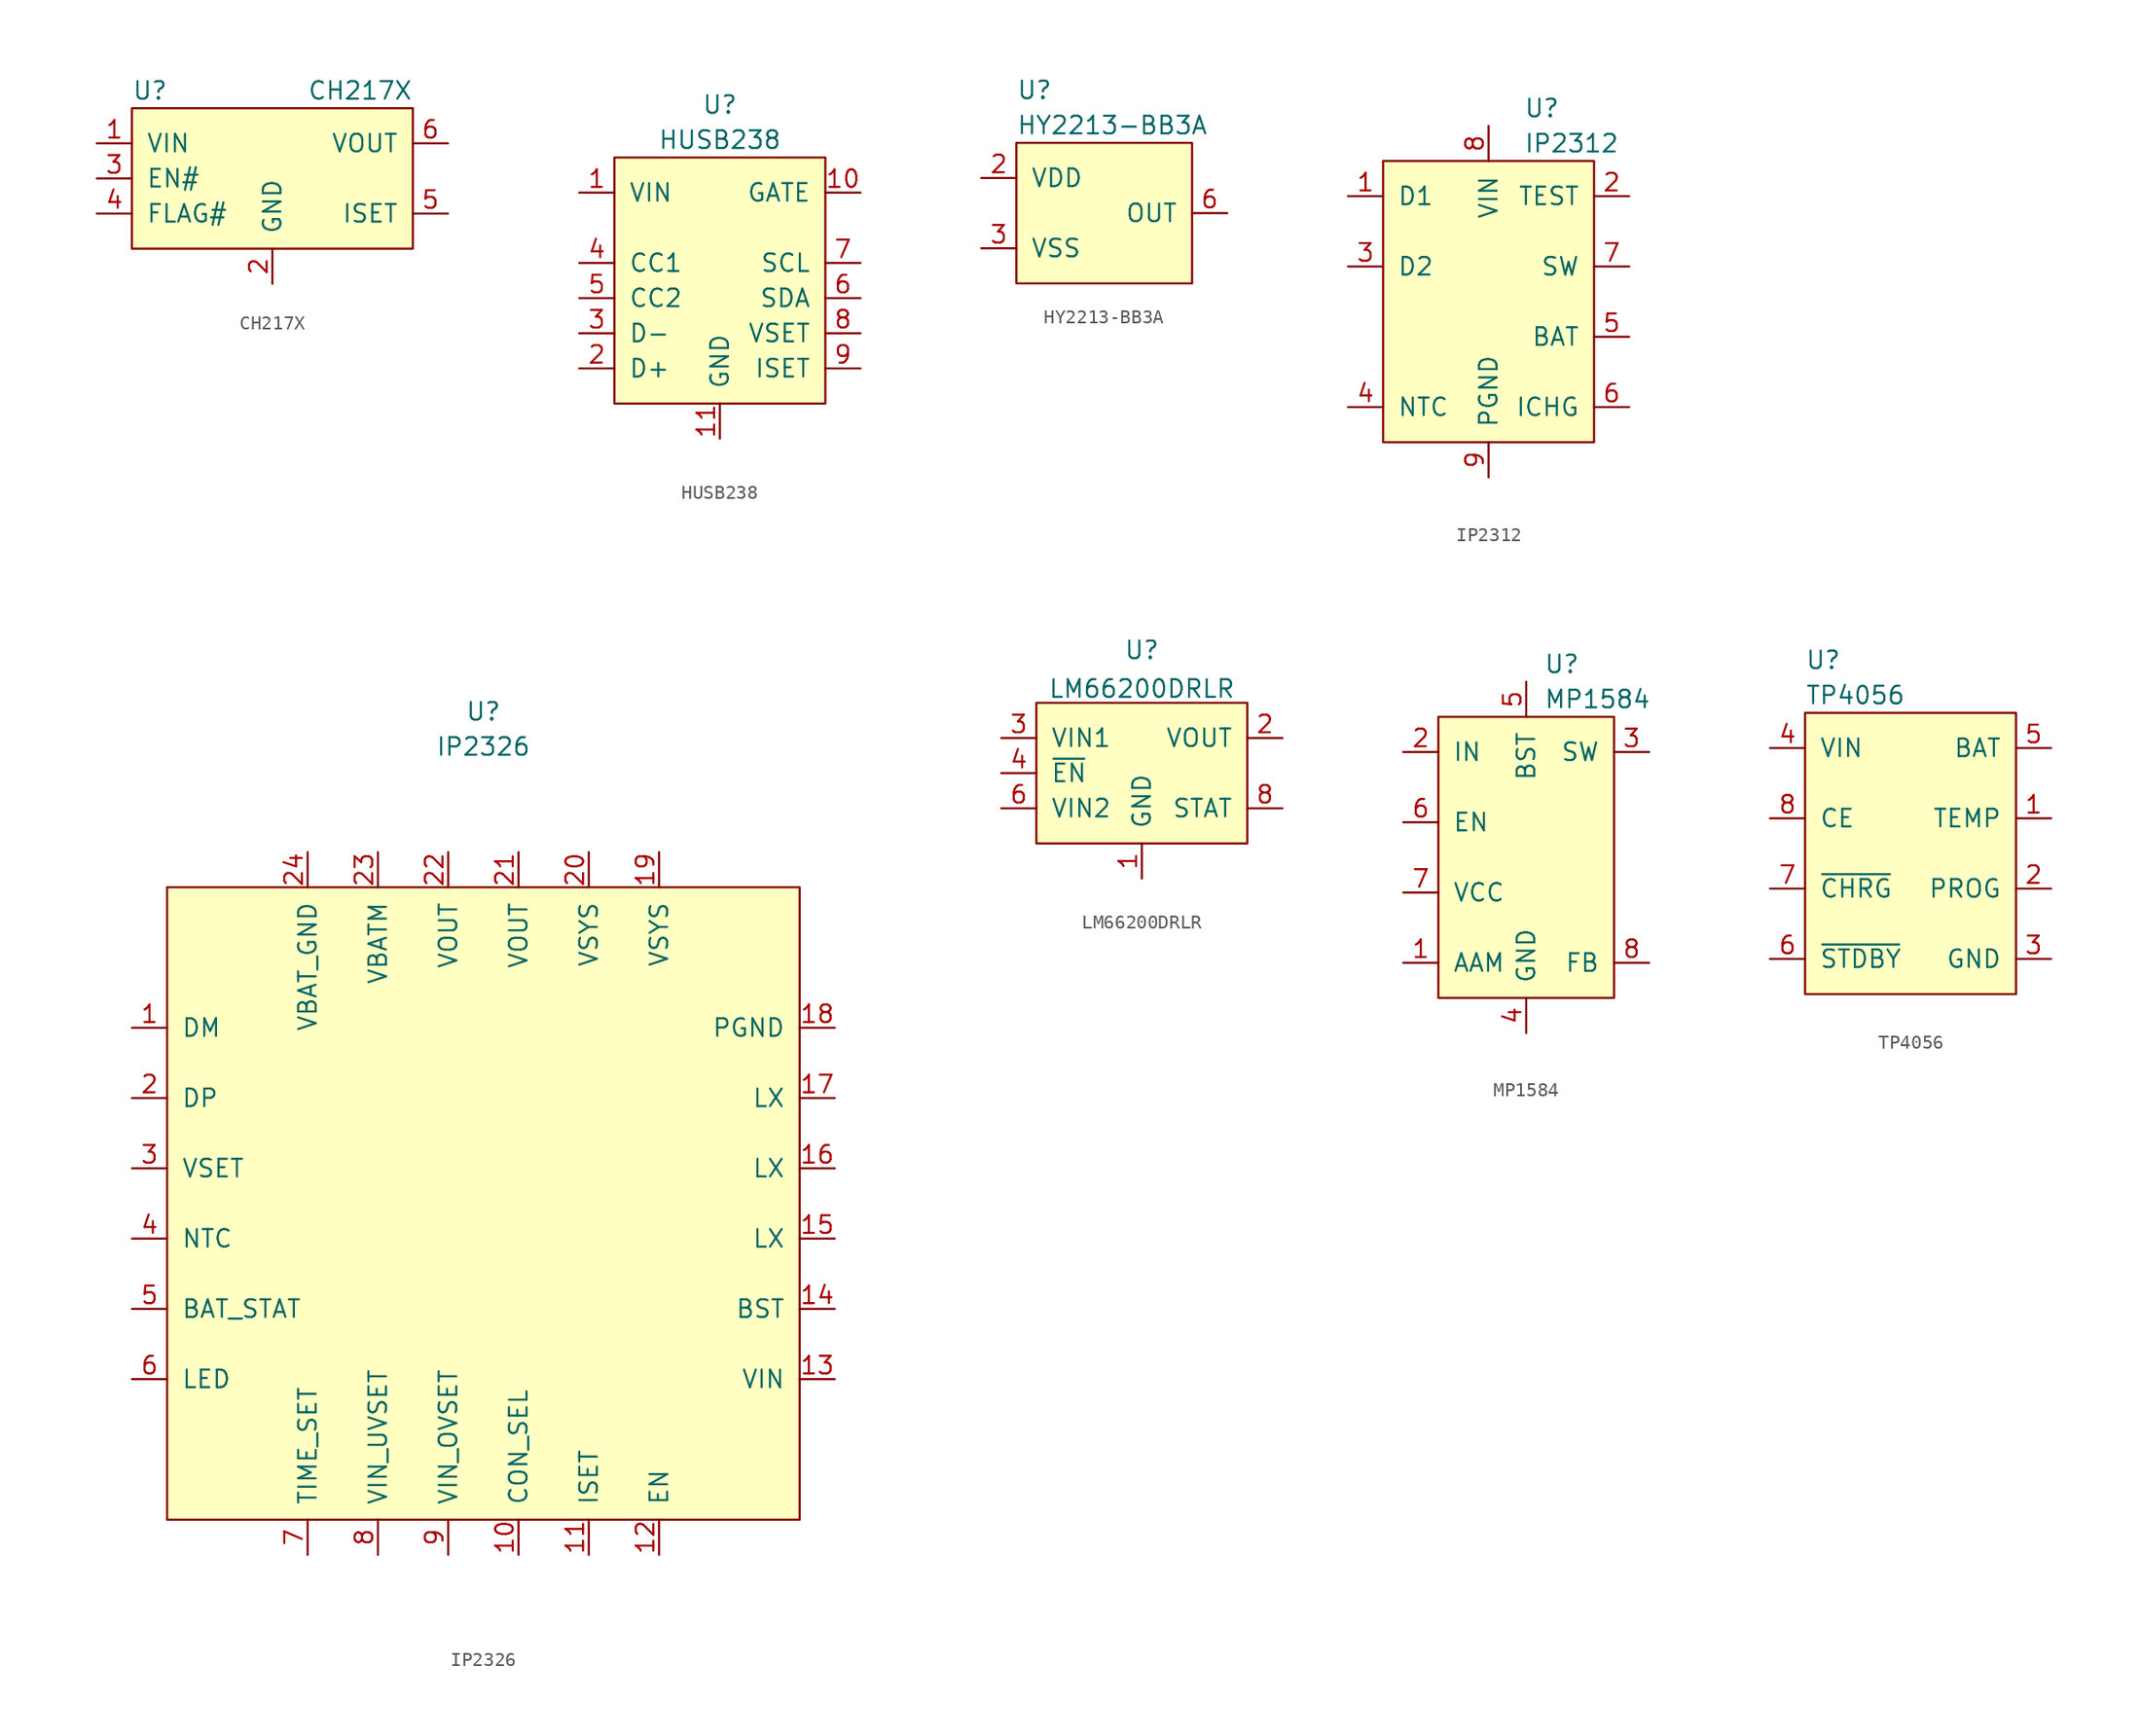
<source format=kicad_sym>
(kicad_symbol_lib
  (version 20241209)
  (generator "kicad_symbol_editor")
  (generator_version "9.0")
  (symbol "CH217X"
    (pin_names
      (offset 1.016))
    (property "Reference" "U"
      (at -10.16 6.35 0)
      (effects (font (size 1.27 1.27)) (justify left)))
    (property "Value" "CH217X"
      (at 10.16 6.35 0)
      (effects (font (size 1.27 1.27)) (justify right)))
    (symbol "CH217X_0_1"
      (rectangle (start -10.16 5.08) (end 10.16 -5.08) (stroke (width 0) (type default)) (fill (type background))))
    (symbol "CH217X_1_1"
      (pin power_in line (at -12.7 2.54 0) (length 2.54) (name "VIN" (effects (font (size 1.27 1.27)))) (number "1" (effects (font (size 1.27 1.27)))))
      (pin input line (at -12.7 0 0) (length 2.54) (name "EN#" (effects (font (size 1.27 1.27)))) (number "3" (effects (font (size 1.27 1.27)))))
      (pin output line (at -12.7 -2.54 0) (length 2.54) (name "FLAG#" (effects (font (size 1.27 1.27)))) (number "4" (effects (font (size 1.27 1.27)))))
      (pin power_in line (at 0 -7.62 90) (length 2.54) (name "GND" (effects (font (size 1.27 1.27)))) (number "2" (effects (font (size 1.27 1.27)))))
      (pin power_out line (at 12.7 2.54 180) (length 2.54) (name "VOUT" (effects (font (size 1.27 1.27)))) (number "6" (effects (font (size 1.27 1.27)))))
      (pin input line (at 12.7 -2.54 180) (length 2.54) (name "ISET" (effects (font (size 1.27 1.27)))) (number "5" (effects (font (size 1.27 1.27)))))))
  (symbol "HUSB238"
    (pin_names
      (offset 1.016))
    (property "Reference" "U"
      (at 0 13.97 0)
      (effects (font (size 1.27 1.27))))
    (property "Value" "HUSB238"
      (at 0 11.43 0)
      (effects (font (size 1.27 1.27))))
    (symbol "HUSB238_0_1"
      (rectangle (start -7.62 10.16) (end 7.62 -7.62) (stroke (width 0) (type default)) (fill (type background))))
    (symbol "HUSB238_1_1"
      (pin power_in line (at -10.16 7.62 0) (length 2.54) (name "VIN" (effects (font (size 1.27 1.27)))) (number "1" (effects (font (size 1.27 1.27)))))
      (pin bidirectional line (at -10.16 2.54 0) (length 2.54) (name "CC1" (effects (font (size 1.27 1.27)))) (number "4" (effects (font (size 1.27 1.27)))))
      (pin bidirectional line (at -10.16 0 0) (length 2.54) (name "CC2" (effects (font (size 1.27 1.27)))) (number "5" (effects (font (size 1.27 1.27)))))
      (pin bidirectional line (at -10.16 -2.54 0) (length 2.54) (name "D-" (effects (font (size 1.27 1.27)))) (number "3" (effects (font (size 1.27 1.27)))))
      (pin bidirectional line (at -10.16 -5.08 0) (length 2.54) (name "D+" (effects (font (size 1.27 1.27)))) (number "2" (effects (font (size 1.27 1.27)))))
      (pin power_in line (at 0 -10.16 90) (length 2.54) (name "GND" (effects (font (size 1.27 1.27)))) (number "11" (effects (font (size 1.27 1.27)))))
      (pin output line (at 10.16 7.62 180) (length 2.54) (name "GATE" (effects (font (size 1.27 1.27)))) (number "10" (effects (font (size 1.27 1.27)))))
      (pin input line (at 10.16 2.54 180) (length 2.54) (name "SCL" (effects (font (size 1.27 1.27)))) (number "7" (effects (font (size 1.27 1.27)))))
      (pin bidirectional line (at 10.16 0 180) (length 2.54) (name "SDA" (effects (font (size 1.27 1.27)))) (number "6" (effects (font (size 1.27 1.27)))))
      (pin input line (at 10.16 -2.54 180) (length 2.54) (name "VSET" (effects (font (size 1.27 1.27)))) (number "8" (effects (font (size 1.27 1.27)))))
      (pin input line (at 10.16 -5.08 180) (length 2.54) (name "ISET" (effects (font (size 1.27 1.27)))) (number "9" (effects (font (size 1.27 1.27)))))))
  (symbol "HY2213-BB3A"
    (pin_names
      (offset 1.016))
    (property "Reference" "U"
      (at -6.35 8.89 0)
      (effects (font (size 1.27 1.27)) (justify left)))
    (property "Value" "HY2213-BB3A"
      (at -6.35 6.35 0)
      (effects (font (size 1.27 1.27)) (justify left)))
    (symbol "HY2213-BB3A_0_1"
      (rectangle (start -6.35 5.08) (end 6.35 -5.08) (stroke (width 0) (type default)) (fill (type background))))
    (symbol "HY2213-BB3A_1_1"
      (pin power_in line (at -8.89 2.54 0) (length 2.54) (name "VDD" (effects (font (size 1.27 1.27)))) (number "2" (effects (font (size 1.27 1.27)))))
      (pin no_connect line (at -8.89 0 0) (length 2.54) (hide yes) (name "NC" (effects (font (size 1.27 1.27)))) (number "1" (effects (font (size 1.27 1.27)))))
      (pin power_in line (at -8.89 -2.54 0) (length 2.54) (name "VSS" (effects (font (size 1.27 1.27)))) (number "3" (effects (font (size 1.27 1.27)))))
      (pin no_connect line (at 8.89 2.54 180) (length 2.54) (hide yes) (name "NC" (effects (font (size 1.27 1.27)))) (number "5" (effects (font (size 1.27 1.27)))))
      (pin output line (at 8.89 0 180) (length 2.54) (name "OUT" (effects (font (size 1.27 1.27)))) (number "6" (effects (font (size 1.27 1.27)))))
      (pin no_connect line (at 8.89 -2.286 180) (length 2.54) (hide yes) (name "NC" (effects (font (size 1.27 1.27)))) (number "4" (effects (font (size 1.27 1.27)))))))
  (symbol "IP2312"
    (pin_names
      (offset 1.016))
    (property "Reference" "U"
      (at 2.54 13.97 0)
      (effects (font (size 1.27 1.27)) (justify left)))
    (property "Value" "IP2312"
      (at 2.54 11.43 0)
      (effects (font (size 1.27 1.27)) (justify left)))
    (symbol "IP2312_0_1"
      (rectangle (start -7.62 10.16) (end 7.62 -10.16) (stroke (width 0) (type default)) (fill (type background))))
    (symbol "IP2312_1_1"
      (pin output line (at -10.16 7.62 0) (length 2.54) (name "D1" (effects (font (size 1.27 1.27)))) (number "1" (effects (font (size 1.27 1.27)))))
      (pin output line (at -10.16 2.54 0) (length 2.54) (name "D2" (effects (font (size 1.27 1.27)))) (number "3" (effects (font (size 1.27 1.27)))))
      (pin input line (at -10.16 -7.62 0) (length 2.54) (name "NTC" (effects (font (size 1.27 1.27)))) (number "4" (effects (font (size 1.27 1.27)))))
      (pin power_in line (at 0 12.7 270) (length 2.54) (name "VIN" (effects (font (size 1.27 1.27)))) (number "8" (effects (font (size 1.27 1.27)))))
      (pin power_in line (at 0 -12.7 90) (length 2.54) (name "PGND" (effects (font (size 1.27 1.27)))) (number "9" (effects (font (size 1.27 1.27)))))
      (pin input line (at 10.16 7.62 180) (length 2.54) (name "TEST" (effects (font (size 1.27 1.27)))) (number "2" (effects (font (size 1.27 1.27)))))
      (pin power_out line (at 10.16 2.54 180) (length 2.54) (name "SW" (effects (font (size 1.27 1.27)))) (number "7" (effects (font (size 1.27 1.27)))))
      (pin input line (at 10.16 -2.54 180) (length 2.54) (name "BAT" (effects (font (size 1.27 1.27)))) (number "5" (effects (font (size 1.27 1.27)))))
      (pin input line (at 10.16 -7.62 180) (length 2.54) (name "ICHG" (effects (font (size 1.27 1.27)))) (number "6" (effects (font (size 1.27 1.27)))))))
  (symbol "IP2326"
    (pin_names
      (offset 1.016))
    (property "Reference" "U"
      (at 0 35.56 0)
      (effects (font (size 1.27 1.27))))
    (property "Value" "IP2326"
      (at 0 33.02 0)
      (effects (font (size 1.27 1.27))))
    (symbol "IP2326_0_1"
      (rectangle (start -22.86 22.86) (end 22.86 -22.86) (stroke (width 0) (type default)) (fill (type background))))
    (symbol "IP2326_1_1"
      (pin bidirectional line (at -25.4 12.7 0) (length 2.54) (name "DM" (effects (font (size 1.27 1.27)))) (number "1" (effects (font (size 1.27 1.27)))))
      (pin bidirectional line (at -25.4 7.62 0) (length 2.54) (name "DP" (effects (font (size 1.27 1.27)))) (number "2" (effects (font (size 1.27 1.27)))))
      (pin input line (at -25.4 2.54 0) (length 2.54) (name "VSET" (effects (font (size 1.27 1.27)))) (number "3" (effects (font (size 1.27 1.27)))))
      (pin input line (at -25.4 -2.54 0) (length 2.54) (name "NTC" (effects (font (size 1.27 1.27)))) (number "4" (effects (font (size 1.27 1.27)))))
      (pin output line (at -25.4 -7.62 0) (length 2.54) (name "BAT_STAT" (effects (font (size 1.27 1.27)))) (number "5" (effects (font (size 1.27 1.27)))))
      (pin output line (at -25.4 -12.7 0) (length 2.54) (name "LED" (effects (font (size 1.27 1.27)))) (number "6" (effects (font (size 1.27 1.27)))))
      (pin passive line (at -12.7 25.4 270) (length 2.54) (name "VBAT_GND" (effects (font (size 1.27 1.27)))) (number "24" (effects (font (size 1.27 1.27)))))
      (pin input line (at -12.7 -25.4 90) (length 2.54) (name "TIME_SET" (effects (font (size 1.27 1.27)))) (number "7" (effects (font (size 1.27 1.27)))))
      (pin input line (at -7.62 25.4 270) (length 2.54) (name "VBATM" (effects (font (size 1.27 1.27)))) (number "23" (effects (font (size 1.27 1.27)))))
      (pin input line (at -7.62 -25.4 90) (length 2.54) (name "VIN_UVSET" (effects (font (size 1.27 1.27)))) (number "8" (effects (font (size 1.27 1.27)))))
      (pin power_out line (at -2.54 25.4 270) (length 2.54) (name "VOUT" (effects (font (size 1.27 1.27)))) (number "22" (effects (font (size 1.27 1.27)))))
      (pin input line (at -2.54 -25.4 90) (length 2.54) (name "VIN_OVSET" (effects (font (size 1.27 1.27)))) (number "9" (effects (font (size 1.27 1.27)))))
      (pin power_out line (at 2.54 25.4 270) (length 2.54) (name "VOUT" (effects (font (size 1.27 1.27)))) (number "21" (effects (font (size 1.27 1.27)))))
      (pin input line (at 2.54 -25.4 90) (length 2.54) (name "CON_SEL" (effects (font (size 1.27 1.27)))) (number "10" (effects (font (size 1.27 1.27)))))
      (pin power_in line (at 7.62 25.4 270) (length 2.54) (name "VSYS" (effects (font (size 1.27 1.27)))) (number "20" (effects (font (size 1.27 1.27)))))
      (pin input line (at 7.62 -25.4 90) (length 2.54) (name "ISET" (effects (font (size 1.27 1.27)))) (number "11" (effects (font (size 1.27 1.27)))))
      (pin power_in line (at 12.7 25.4 270) (length 2.54) (name "VSYS" (effects (font (size 1.27 1.27)))) (number "19" (effects (font (size 1.27 1.27)))))
      (pin input line (at 12.7 -25.4 90) (length 2.54) (name "EN" (effects (font (size 1.27 1.27)))) (number "12" (effects (font (size 1.27 1.27)))))
      (pin power_in line (at 25.4 12.7 180) (length 2.54) (name "PGND" (effects (font (size 1.27 1.27)))) (number "18" (effects (font (size 1.27 1.27)))))
      (pin power_in line (at 25.4 12.7 180) (length 2.54) (hide yes) (name "PGND" (effects (font (size 1.27 1.27)))) (number "25" (effects (font (size 1.27 1.27)))))
      (pin power_out line (at 25.4 7.62 180) (length 2.54) (name "LX" (effects (font (size 1.27 1.27)))) (number "17" (effects (font (size 1.27 1.27)))))
      (pin power_out line (at 25.4 2.54 180) (length 2.54) (name "LX" (effects (font (size 1.27 1.27)))) (number "16" (effects (font (size 1.27 1.27)))))
      (pin power_out line (at 25.4 -2.54 180) (length 2.54) (name "LX" (effects (font (size 1.27 1.27)))) (number "15" (effects (font (size 1.27 1.27)))))
      (pin input line (at 25.4 -7.62 180) (length 2.54) (name "BST" (effects (font (size 1.27 1.27)))) (number "14" (effects (font (size 1.27 1.27)))))
      (pin power_in line (at 25.4 -12.7 180) (length 2.54) (name "VIN" (effects (font (size 1.27 1.27)))) (number "13" (effects (font (size 1.27 1.27)))))))
  (symbol "LM66200DRLR"
    (pin_names
      (offset 1.016))
    (property "Reference" "U"
      (at 0 8.89 0)
      (effects (font (size 1.27 1.27))))
    (property "Value" "LM66200DRLR"
      (at 0 6.096 0)
      (effects (font (size 1.27 1.27))))
    (symbol "LM66200DRLR_0_1"
      (rectangle (start -7.62 5.08) (end 7.62 -5.08) (stroke (width 0) (type default)) (fill (type background))))
    (symbol "LM66200DRLR_1_1"
      (pin power_in line (at -10.16 2.54 0) (length 2.54) (name "VIN1" (effects (font (size 1.27 1.27)))) (number "3" (effects (font (size 1.27 1.27)))))
      (pin input line (at -10.16 0 0) (length 2.54) (name "~{EN}" (effects (font (size 1.27 1.27)))) (number "4" (effects (font (size 1.27 1.27)))))
      (pin power_in line (at -10.16 -2.54 0) (length 2.54) (name "VIN2" (effects (font (size 1.27 1.27)))) (number "6" (effects (font (size 1.27 1.27)))))
      (pin power_in line (at 0 -7.62 90) (length 2.54) (name "GND" (effects (font (size 1.27 1.27)))) (number "1" (effects (font (size 1.27 1.27)))))
      (pin power_in line (at 0 -7.62 90) (length 2.54) (hide yes) (name "GND" (effects (font (size 1.27 1.27)))) (number "5" (effects (font (size 1.27 1.27)))))
      (pin power_out line (at 10.16 2.54 180) (length 2.54) (name "VOUT" (effects (font (size 1.27 1.27)))) (number "2" (effects (font (size 1.27 1.27)))))
      (pin power_out line (at 10.16 2.54 180) (length 2.54) (hide yes) (name "VOUT" (effects (font (size 1.27 1.27)))) (number "7" (effects (font (size 1.27 1.27)))))
      (pin output line (at 10.16 -2.54 180) (length 2.54) (name "STAT" (effects (font (size 1.27 1.27)))) (number "8" (effects (font (size 1.27 1.27)))))))
  (symbol "MP1584"
    (pin_names
      (offset 1.016))
    (property "Reference" "U"
      (at 1.27 13.97 0)
      (effects (font (size 1.27 1.27)) (justify left)))
    (property "Value" "MP1584"
      (at 1.27 11.43 0)
      (effects (font (size 1.27 1.27)) (justify left)))
    (symbol "MP1584_0_1"
      (rectangle (start -6.35 10.16) (end 6.35 -10.16) (stroke (width 0) (type default)) (fill (type background))))
    (symbol "MP1584_1_1"
      (pin power_in line (at -8.89 7.62 0) (length 2.54) (name "IN" (effects (font (size 1.27 1.27)))) (number "2" (effects (font (size 1.27 1.27)))))
      (pin input line (at -8.89 2.54 0) (length 2.54) (name "EN" (effects (font (size 1.27 1.27)))) (number "6" (effects (font (size 1.27 1.27)))))
      (pin power_out line (at -8.89 -2.54 0) (length 2.54) (name "VCC" (effects (font (size 1.27 1.27)))) (number "7" (effects (font (size 1.27 1.27)))))
      (pin input line (at -8.89 -7.62 0) (length 2.54) (name "AAM" (effects (font (size 1.27 1.27)))) (number "1" (effects (font (size 1.27 1.27)))))
      (pin input line (at 0 12.7 270) (length 2.54) (name "BST" (effects (font (size 1.27 1.27)))) (number "5" (effects (font (size 1.27 1.27)))))
      (pin power_in line (at 0 -12.7 90) (length 2.54) (name "GND" (effects (font (size 1.27 1.27)))) (number "4" (effects (font (size 1.27 1.27)))))
      (pin power_out line (at 8.89 7.62 180) (length 2.54) (name "SW" (effects (font (size 1.27 1.27)))) (number "3" (effects (font (size 1.27 1.27)))))
      (pin input line (at 8.89 -7.62 180) (length 2.54) (name "FB" (effects (font (size 1.27 1.27)))) (number "8" (effects (font (size 1.27 1.27)))))))
  (symbol "TP4056"
    (pin_names
      (offset 1.016))
    (property "Reference" "U"
      (at -7.62 13.97 0)
      (effects (font (size 1.27 1.27)) (justify left)))
    (property "Value" "TP4056"
      (at -7.62 11.43 0)
      (effects (font (size 1.27 1.27)) (justify left)))
    (symbol "TP4056_0_1"
      (rectangle (start -7.62 10.16) (end 7.62 -10.16) (stroke (width 0) (type default)) (fill (type background))))
    (symbol "TP4056_1_1"
      (pin power_in line (at -10.16 7.62 0) (length 2.54) (name "VIN" (effects (font (size 1.27 1.27)))) (number "4" (effects (font (size 1.27 1.27)))))
      (pin input line (at -10.16 2.54 0) (length 2.54) (name "CE" (effects (font (size 1.27 1.27)))) (number "8" (effects (font (size 1.27 1.27)))))
      (pin output line (at -10.16 -2.54 0) (length 2.54) (name "~{CHRG}" (effects (font (size 1.27 1.27)))) (number "7" (effects (font (size 1.27 1.27)))))
      (pin output line (at -10.16 -7.62 0) (length 2.54) (name "~{STDBY}" (effects (font (size 1.27 1.27)))) (number "6" (effects (font (size 1.27 1.27)))))
      (pin power_out line (at 10.16 7.62 180) (length 2.54) (name "BAT" (effects (font (size 1.27 1.27)))) (number "5" (effects (font (size 1.27 1.27)))))
      (pin input line (at 10.16 2.54 180) (length 2.54) (name "TEMP" (effects (font (size 1.27 1.27)))) (number "1" (effects (font (size 1.27 1.27)))))
      (pin input line (at 10.16 -2.54 180) (length 2.54) (name "PROG" (effects (font (size 1.27 1.27)))) (number "2" (effects (font (size 1.27 1.27)))))
      (pin power_in line (at 10.16 -7.62 180) (length 2.54) (name "GND" (effects (font (size 1.27 1.27)))) (number "3" (effects (font (size 1.27 1.27)))))
      (pin power_in line (at 10.16 -7.62 180) (length 2.54) (hide yes) (name "GND" (effects (font (size 1.27 1.27)))) (number "9" (effects (font (size 1.27 1.27))))))))
</source>
